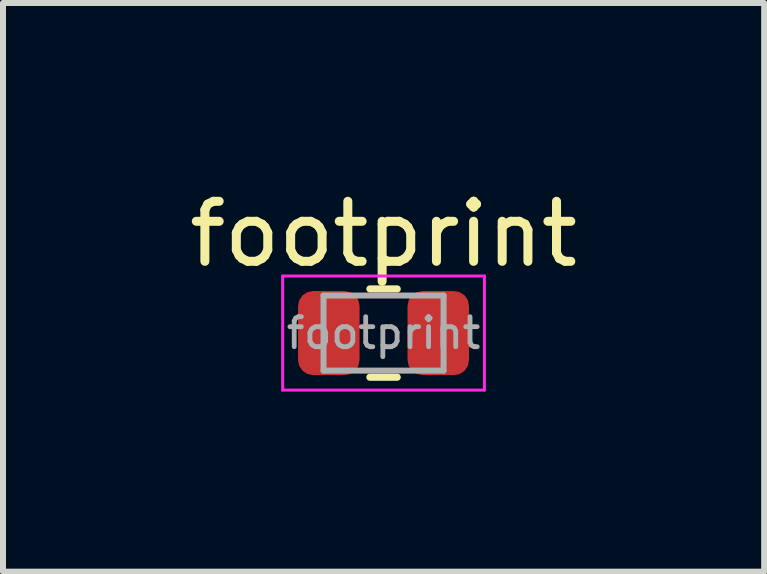
<source format=kicad_pcb>
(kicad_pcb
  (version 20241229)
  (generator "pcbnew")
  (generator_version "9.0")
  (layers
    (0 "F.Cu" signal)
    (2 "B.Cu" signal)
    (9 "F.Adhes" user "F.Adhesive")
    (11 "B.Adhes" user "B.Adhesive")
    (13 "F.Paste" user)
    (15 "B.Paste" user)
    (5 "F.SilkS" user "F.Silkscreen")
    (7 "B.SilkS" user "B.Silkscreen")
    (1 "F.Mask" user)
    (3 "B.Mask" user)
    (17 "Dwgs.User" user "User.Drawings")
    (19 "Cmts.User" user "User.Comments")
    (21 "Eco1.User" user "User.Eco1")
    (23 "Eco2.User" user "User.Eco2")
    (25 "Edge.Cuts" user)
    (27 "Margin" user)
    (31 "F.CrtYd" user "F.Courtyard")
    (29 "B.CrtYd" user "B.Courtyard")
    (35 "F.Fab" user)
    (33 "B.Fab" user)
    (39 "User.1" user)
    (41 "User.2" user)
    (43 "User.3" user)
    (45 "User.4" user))
  (footprint "footprint"
    (layer "F.Cu")
    (at 3.339 2.498)
    (property "Reference" "footprint" (at 0 -1.65 0) (layer "F.SilkS") (effects (font (size 1 1) (thickness 0.15))))
    (attr smd)
    (fp_line (start -0.227 -0.735) (end 0.227 -0.735) (stroke (width 0.12) (type solid)) (layer "F.SilkS"))
    (fp_line (start -0.227 0.735) (end 0.227 0.735) (stroke (width 0.12) (type solid)) (layer "F.SilkS"))
    (fp_line (start -1.68 -0.95) (end 1.68 -0.95) (stroke (width 0.05) (type solid)) (layer "F.CrtYd"))
    (fp_line (start -1.68 0.95) (end -1.68 -0.95) (stroke (width 0.05) (type solid)) (layer "F.CrtYd"))
    (fp_line (start 1.68 -0.95) (end 1.68 0.95) (stroke (width 0.05) (type solid)) (layer "F.CrtYd"))
    (fp_line (start 1.68 0.95) (end -1.68 0.95) (stroke (width 0.05) (type solid)) (layer "F.CrtYd"))
    (fp_line (start -1 -0.625) (end 1 -0.625) (stroke (width 0.1) (type solid)) (layer "F.Fab"))
    (fp_line (start -1 0.625) (end -1 -0.625) (stroke (width 0.1) (type solid)) (layer "F.Fab"))
    (fp_line (start 1 -0.625) (end 1 0.625) (stroke (width 0.1) (type solid)) (layer "F.Fab"))
    (fp_line (start 1 0.625) (end -1 0.625) (stroke (width 0.1) (type solid)) (layer "F.Fab"))
    (fp_text user "${REFERENCE}" (at 0 0 0) (layer "F.Fab") (effects (font (size 0.5 0.5) (thickness 0.08))))
    (pad "1" smd roundrect (at -0.912 0) (size 1.025 1.4) (layers "F.Cu" "F.Mask" "F.Paste") (roundrect_rratio 0.244))
    (pad "2" smd roundrect (at 0.912 0) (size 1.025 1.4) (layers "F.Cu" "F.Mask" "F.Paste") (roundrect_rratio 0.244)))
  (gr_rect
    (start -3 -3)
    (end 9.679 6.473)
    (stroke (width 0.1) (type default))
    (fill no)
    (layer "Edge.Cuts")))
</source>
